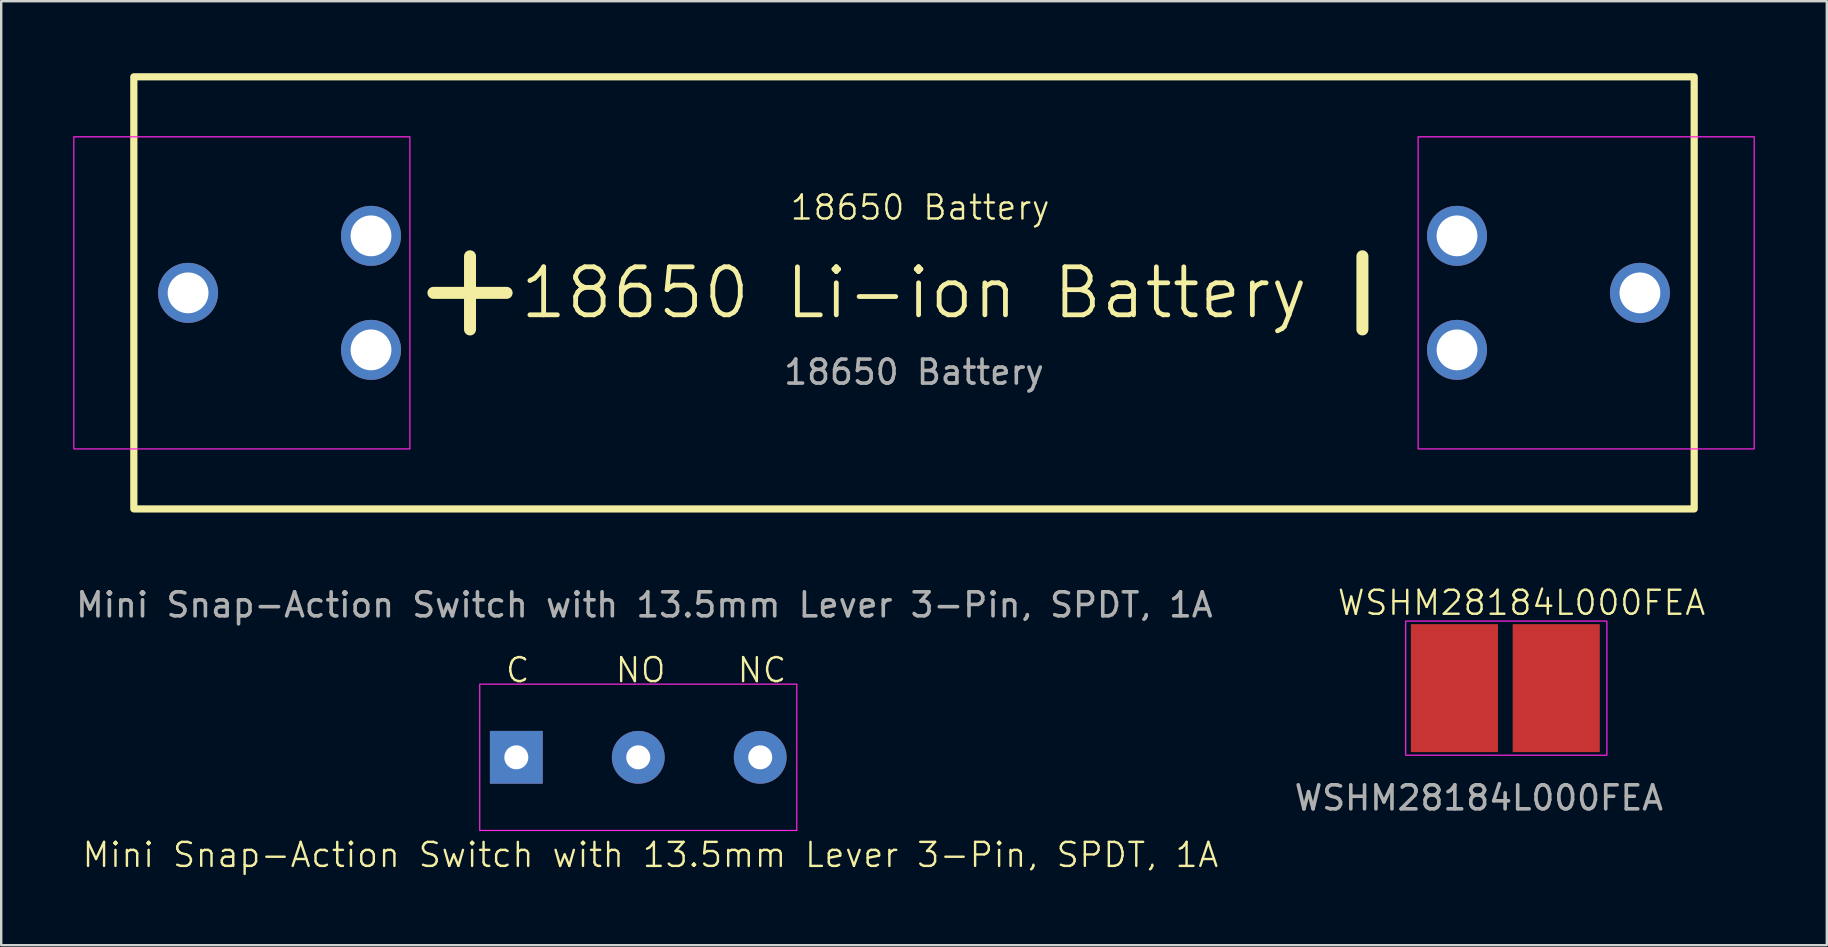
<source format=kicad_pcb>
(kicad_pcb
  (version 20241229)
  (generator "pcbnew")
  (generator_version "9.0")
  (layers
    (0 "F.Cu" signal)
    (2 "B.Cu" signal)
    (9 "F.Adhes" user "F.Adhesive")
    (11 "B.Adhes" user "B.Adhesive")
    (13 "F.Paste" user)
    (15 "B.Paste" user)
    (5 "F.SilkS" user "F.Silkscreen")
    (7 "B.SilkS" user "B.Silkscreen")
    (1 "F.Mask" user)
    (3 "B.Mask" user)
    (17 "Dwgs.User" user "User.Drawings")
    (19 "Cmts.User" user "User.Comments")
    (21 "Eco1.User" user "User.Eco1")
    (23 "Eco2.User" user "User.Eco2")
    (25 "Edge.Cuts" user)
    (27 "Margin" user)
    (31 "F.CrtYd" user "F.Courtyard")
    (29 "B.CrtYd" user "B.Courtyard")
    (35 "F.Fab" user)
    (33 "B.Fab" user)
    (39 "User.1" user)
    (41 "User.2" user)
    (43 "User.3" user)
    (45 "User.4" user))
  (footprint "WSHM28184L000FEA"
    (layer "F.Cu")
    (at 57.538 25.616)
    (property "Reference" "WSHM28184L000FEA" (at 2.794 -3.556 0) (unlocked yes) (layer "F.SilkS") (effects (font (size 1 1) (thickness 0.1))))
    (attr through_hole)
    (fp_rect (start -2.032 -2.794) (end 6.35 2.794) (stroke (width 0.05) (type default)) (fill no) (layer "F.CrtYd"))
    (fp_text user "${REFERENCE}" (at 1.016 4.572 0) (unlocked yes) (layer "F.Fab") (effects (font (size 1 1) (thickness 0.15))))
    (pad "1" smd rect (at 4.24 0) (size 3.63 5.33) (layers "F.Cu" "F.Mask" "F.Paste"))
    (pad "2" smd rect (at 0 0) (size 3.63 5.33) (layers "F.Cu" "F.Mask" "F.Paste")))
  (footprint "18650 Battery"
    (layer "F.Cu")
    (at 35.025 9.15)
    (property "Reference" "18650 Battery" (at 0.254 -3.556 0) (unlocked yes) (layer "F.SilkS") (effects (font (size 1 1) (thickness 0.1))))
    (attr through_hole)
    (fp_rect (start -32.5 -9) (end 32.5 9) (stroke (width 0.3) (type default)) (fill no) (layer "F.SilkS"))
    (fp_rect (start -35 -6.5) (end -21 6.5) (stroke (width 0.05) (type default)) (fill no) (layer "F.CrtYd"))
    (fp_rect (start 35 -6.5) (end 21 6.5) (stroke (width 0.05) (type default)) (fill no) (layer "F.CrtYd"))
    (fp_text user "-" (at 18.542 0 90) (unlocked yes) (layer "F.SilkS") (effects (font (size 2 4) (thickness 0.5) (bold yes))))
    (fp_text user "18650 Li-ion Battery" (at 0 0 0) (unlocked yes) (layer "F.SilkS") (effects (font (size 2 2) (thickness 0.2))))
    (fp_text user "+" (at -18.796 0 90) (unlocked yes) (layer "F.SilkS") (effects (font (size 4 4) (thickness 0.5) (bold yes))))
    (fp_text user "${REFERENCE}" (at 0 3.302 0) (unlocked yes) (layer "F.Fab") (effects (font (size 1 1) (thickness 0.15))))
    (pad "1" thru_hole circle (at -30.24 0) (size 2.5 2.5) (drill 1.7) (layers "*.Cu" "*.Mask"))
    (pad "1" thru_hole circle (at -22.62 -2.375) (size 2.5 2.5) (drill 1.7) (layers "*.Cu" "*.Mask"))
    (pad "1" thru_hole circle (at -22.62 2.375) (size 2.5 2.5) (drill 1.7) (layers "*.Cu" "*.Mask"))
    (pad "2" thru_hole circle (at 22.62 -2.375) (size 2.5 2.5) (drill 1.7) (layers "*.Cu" "*.Mask"))
    (pad "2" thru_hole circle (at 22.62 2.375) (size 2.5 2.5) (drill 1.7) (layers "*.Cu" "*.Mask"))
    (pad "2" thru_hole circle (at 30.24 0) (size 2.5 2.5) (drill 1.7) (layers "*.Cu" "*.Mask")))
  (footprint "Mini Snap-Action Switch with 13.5mm Lever 3-Pin, SPDT, 1A"
    (layer "F.Cu")
    (at 23.538 28.498)
    (property "Reference" "Mini Snap-Action Switch with 13.5mm Lever 3-Pin, SPDT, 1A" (at 0.508 4.064 0) (unlocked yes) (layer "F.SilkS") (effects (font (size 1 1) (thickness 0.1))))
    (attr smd)
    (fp_rect (start 6.604 3.048) (end -6.604 -3.048) (stroke (width 0.05) (type default)) (fill no) (layer "F.CrtYd"))
    (fp_text user "C" (at -5.588 -3.048 0) (unlocked yes) (layer "F.SilkS") (effects (font (size 1 1) (thickness 0.1)) (justify left bottom)))
    (fp_text user "NO" (at -1.016 -3.048 0) (unlocked yes) (layer "F.SilkS") (effects (font (size 1 1) (thickness 0.1)) (justify left bottom)))
    (fp_text user "NC" (at 4.064 -3.048 0) (unlocked yes) (layer "F.SilkS") (effects (font (size 1 1) (thickness 0.1)) (justify left bottom)))
    (fp_text user "${REFERENCE}" (at 0.254 -6.35 0) (unlocked yes) (layer "F.Fab") (effects (font (size 1 1) (thickness 0.15))))
    (pad "1" thru_hole circle (at 5.08 0) (size 2.2 2.2) (drill 1) (layers "*.Cu" "*.Mask"))
    (pad "2" thru_hole rect (at -5.08 0) (size 2.2 2.2) (drill 1) (layers "*.Cu" "*.Mask"))
    (pad "3" thru_hole circle (at 0 0) (size 2.2 2.2) (drill 1) (layers "*.Cu" "*.Mask")))
  (gr_rect
    (start -3 -3)
    (end 73.05 36.323)
    (stroke (width 0.1) (type default))
    (fill no)
    (layer "Edge.Cuts")))
</source>
